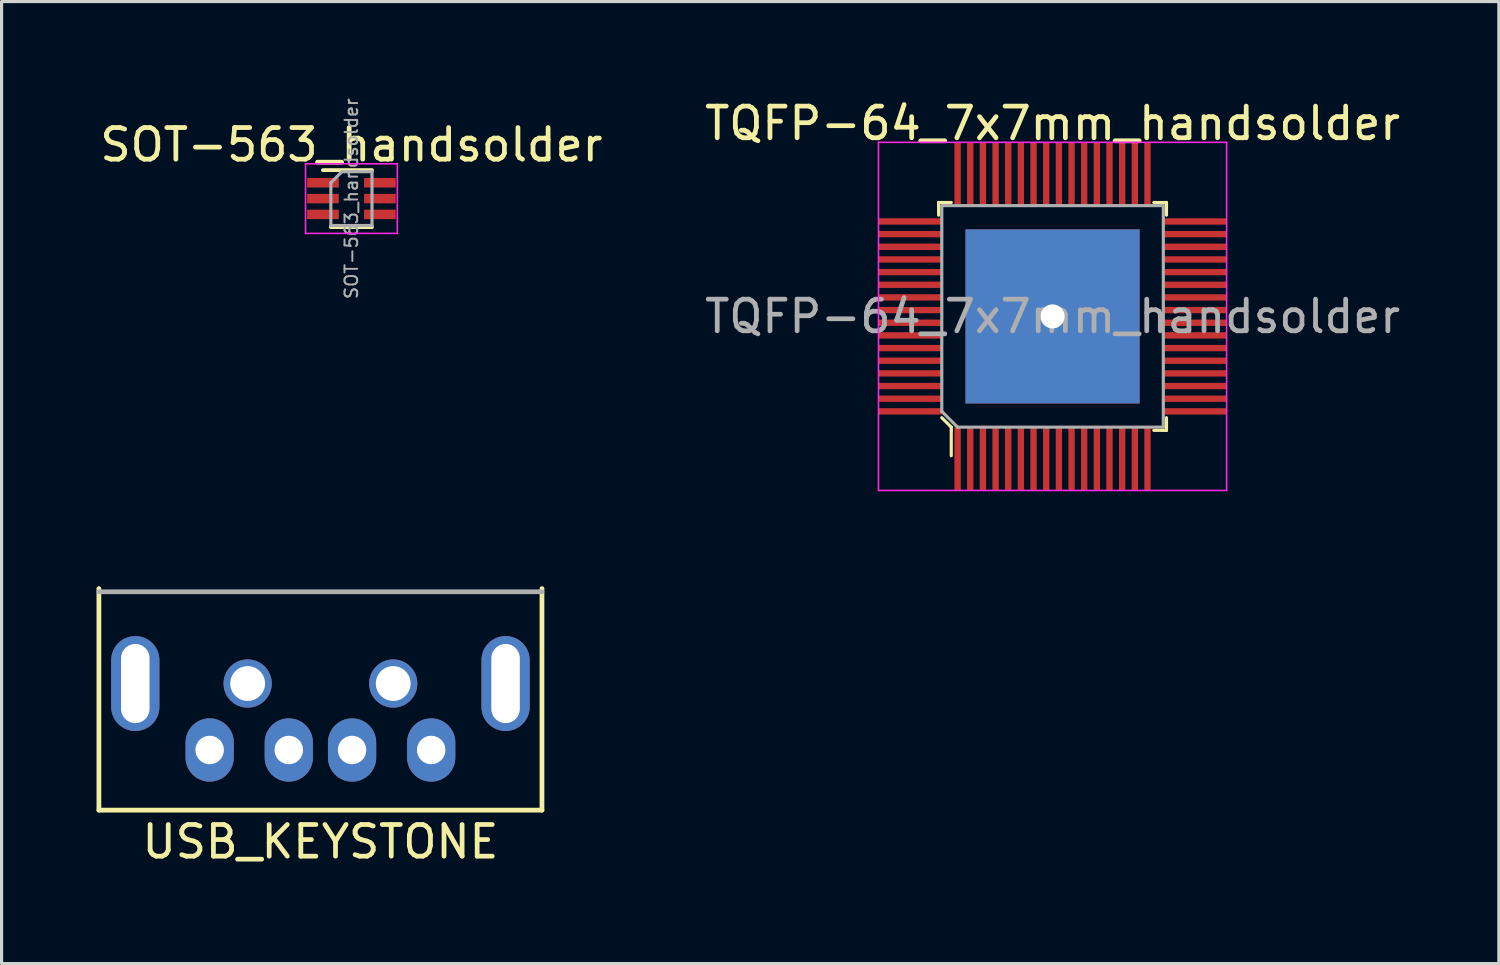
<source format=kicad_pcb>
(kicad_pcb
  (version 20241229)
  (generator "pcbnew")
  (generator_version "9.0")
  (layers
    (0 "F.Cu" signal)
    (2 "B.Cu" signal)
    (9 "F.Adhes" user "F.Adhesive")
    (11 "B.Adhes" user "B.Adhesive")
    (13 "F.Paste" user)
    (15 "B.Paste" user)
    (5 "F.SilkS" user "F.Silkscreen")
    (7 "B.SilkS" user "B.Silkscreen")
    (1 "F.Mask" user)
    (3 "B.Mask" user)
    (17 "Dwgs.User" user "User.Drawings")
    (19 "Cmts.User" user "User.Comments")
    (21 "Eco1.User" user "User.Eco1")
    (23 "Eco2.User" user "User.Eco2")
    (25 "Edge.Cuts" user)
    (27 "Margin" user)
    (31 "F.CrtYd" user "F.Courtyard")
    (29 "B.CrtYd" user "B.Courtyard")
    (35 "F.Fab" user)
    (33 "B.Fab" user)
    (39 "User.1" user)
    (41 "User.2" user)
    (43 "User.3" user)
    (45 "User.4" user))
  (footprint "USB_KEYSTONE"
    (layer "F.Cu")
    (at 7.075 17.548)
    (property "Reference" "USB_KEYSTONE" (at 0 6 0) (layer "F.SilkS") (effects (font (size 1 1) (thickness 0.15))))
    (attr through_hole)
    (fp_line (start -7 -2) (end -7 5) (stroke (width 0.15) (type solid)) (layer "F.SilkS"))
    (fp_line (start -7 5) (end 7 5) (stroke (width 0.15) (type solid)) (layer "F.SilkS"))
    (fp_line (start 7 5) (end 7 -2) (stroke (width 0.15) (type solid)) (layer "F.SilkS"))
    (fp_line (start -7 -1.9) (end 7 -1.9) (stroke (width 0.15) (type solid)) (layer "F.Fab"))
    (pad "1" thru_hole oval (at -3.5 3.1) (size 1.524 2) (drill 0.9) (layers "*.Cu" "*.Mask"))
    (pad "2" thru_hole oval (at -1 3.1) (size 1.524 2) (drill 0.9) (layers "*.Cu" "*.Mask"))
    (pad "3" thru_hole oval (at 1 3.1) (size 1.524 2) (drill 0.9) (layers "*.Cu" "*.Mask"))
    (pad "4" thru_hole oval (at 3.5 3.1) (size 1.524 2) (drill 0.9) (layers "*.Cu" "*.Mask"))
    (pad "5" thru_hole oval (at -5.85 1) (size 1.524 3) (drill oval 0.9 2.5) (layers "*.Cu" "*.Mask"))
    (pad "5" thru_hole circle (at -2.3 1) (size 1.524 1.524) (drill 1.1) (layers "*.Cu" "*.Mask"))
    (pad "5" thru_hole circle (at 2.3 1) (size 1.524 1.524) (drill 1.1) (layers "*.Cu" "*.Mask"))
    (pad "5" thru_hole oval (at 5.85 1) (size 1.524 3) (drill oval 0.9 2.5) (layers "*.Cu" "*.Mask")))
  (footprint "TQFP-64_7x7mm_handsolder"
    (layer "F.Cu")
    (at 30.208 6.948)
    (property "Reference" "TQFP-64_7x7mm_handsolder" (at 0 -6.1 0) (layer "F.SilkS") (effects (font (size 1 1) (thickness 0.15))))
    (attr through_hole)
    (fp_line (start -3.6 -3.6) (end -3.6 -3.2) (stroke (width 0.1) (type solid)) (layer "F.SilkS"))
    (fp_line (start -3.6 -3.6) (end -3.2 -3.6) (stroke (width 0.1) (type solid)) (layer "F.SilkS"))
    (fp_line (start -3.2 3.5) (end -3.5 3.2) (stroke (width 0.1) (type solid)) (layer "F.SilkS"))
    (fp_line (start -3.2 3.6) (end -3.2 3.5) (stroke (width 0.1) (type solid)) (layer "F.SilkS"))
    (fp_line (start -3.2 3.6) (end -3.2 4.4) (stroke (width 0.1) (type solid)) (layer "F.SilkS"))
    (fp_line (start 3.6 -3.6) (end 3.2 -3.6) (stroke (width 0.1) (type solid)) (layer "F.SilkS"))
    (fp_line (start 3.6 -3.6) (end 3.6 -3.2) (stroke (width 0.1) (type solid)) (layer "F.SilkS"))
    (fp_line (start 3.6 3.6) (end 3.2 3.6) (stroke (width 0.1) (type solid)) (layer "F.SilkS"))
    (fp_line (start 3.6 3.6) (end 3.6 3.2) (stroke (width 0.1) (type solid)) (layer "F.SilkS"))
    (fp_line (start -5.5 -5.5) (end -5.5 5.5) (stroke (width 0.05) (type solid)) (layer "F.CrtYd"))
    (fp_line (start 5.5 -5.5) (end -5.5 -5.5) (stroke (width 0.05) (type solid)) (layer "F.CrtYd"))
    (fp_line (start 5.5 -5.5) (end 5.5 5.5) (stroke (width 0.05) (type solid)) (layer "F.CrtYd"))
    (fp_line (start 5.5 5.5) (end -5.5 5.5) (stroke (width 0.05) (type solid)) (layer "F.CrtYd"))
    (fp_line (start -3.5 3) (end -3.5 -3.5) (stroke (width 0.1) (type solid)) (layer "F.Fab"))
    (fp_line (start -3.5 3) (end -3 3.5) (stroke (width 0.1) (type solid)) (layer "F.Fab"))
    (fp_line (start -3 3.5) (end 3.5 3.5) (stroke (width 0.1) (type solid)) (layer "F.Fab"))
    (fp_line (start 3.5 -3.5) (end -3.5 -3.5) (stroke (width 0.1) (type solid)) (layer "F.Fab"))
    (fp_line (start 3.5 3.5) (end 3.5 -3.5) (stroke (width 0.1) (type solid)) (layer "F.Fab"))
    (fp_text user "${REFERENCE}" (at 0 0 0) (layer "F.Fab") (effects (font (size 1 1) (thickness 0.15))))
    (pad "1" smd rect (at -3 4.5) (size 0.2 2) (layers "F.Cu" "F.Mask" "F.Paste"))
    (pad "2" smd rect (at -2.6 4.5) (size 0.2 2) (layers "F.Cu" "F.Mask" "F.Paste"))
    (pad "3" smd rect (at -2.2 4.5) (size 0.2 2) (layers "F.Cu" "F.Mask" "F.Paste"))
    (pad "4" smd rect (at -1.8 4.5) (size 0.2 2) (layers "F.Cu" "F.Mask" "F.Paste"))
    (pad "5" smd rect (at -1.4 4.5) (size 0.2 2) (layers "F.Cu" "F.Mask" "F.Paste"))
    (pad "6" smd rect (at -1 4.5) (size 0.2 2) (layers "F.Cu" "F.Mask" "F.Paste"))
    (pad "7" smd rect (at -0.6 4.5) (size 0.2 2) (layers "F.Cu" "F.Mask" "F.Paste"))
    (pad "8" smd rect (at -0.2 4.5) (size 0.2 2) (layers "F.Cu" "F.Mask" "F.Paste"))
    (pad "9" smd rect (at 0.2 4.5) (size 0.2 2) (layers "F.Cu" "F.Mask" "F.Paste"))
    (pad "10" smd rect (at 0.6 4.5) (size 0.2 2) (layers "F.Cu" "F.Mask" "F.Paste"))
    (pad "11" smd rect (at 1 4.5) (size 0.2 2) (layers "F.Cu" "F.Mask" "F.Paste"))
    (pad "12" smd rect (at 1.4 4.5) (size 0.2 2) (layers "F.Cu" "F.Mask" "F.Paste"))
    (pad "13" smd rect (at 1.8 4.5) (size 0.2 2) (layers "F.Cu" "F.Mask" "F.Paste"))
    (pad "14" smd rect (at 2.2 4.5) (size 0.2 2) (layers "F.Cu" "F.Mask" "F.Paste"))
    (pad "15" smd rect (at 2.6 4.5) (size 0.2 2) (layers "F.Cu" "F.Mask" "F.Paste"))
    (pad "16" smd rect (at 3 4.5) (size 0.2 2) (layers "F.Cu" "F.Mask" "F.Paste"))
    (pad "17" smd rect (at 4.5 3) (size 2 0.2) (layers "F.Cu" "F.Mask" "F.Paste"))
    (pad "18" smd rect (at 4.5 2.6) (size 2 0.2) (layers "F.Cu" "F.Mask" "F.Paste"))
    (pad "19" smd rect (at 4.5 2.2) (size 2 0.2) (layers "F.Cu" "F.Mask" "F.Paste"))
    (pad "20" smd rect (at 4.5 1.8) (size 2 0.2) (layers "F.Cu" "F.Mask" "F.Paste"))
    (pad "21" smd rect (at 4.5 1.4) (size 2 0.2) (layers "F.Cu" "F.Mask" "F.Paste"))
    (pad "22" smd rect (at 4.5 1) (size 2 0.2) (layers "F.Cu" "F.Mask" "F.Paste"))
    (pad "23" smd rect (at 4.5 0.6) (size 2 0.2) (layers "F.Cu" "F.Mask" "F.Paste"))
    (pad "24" smd rect (at 4.5 0.2) (size 2 0.2) (layers "F.Cu" "F.Mask" "F.Paste"))
    (pad "25" smd rect (at 4.5 -0.2) (size 2 0.2) (layers "F.Cu" "F.Mask" "F.Paste"))
    (pad "26" smd rect (at 4.5 -0.6) (size 2 0.2) (layers "F.Cu" "F.Mask" "F.Paste"))
    (pad "27" smd rect (at 4.5 -1) (size 2 0.2) (layers "F.Cu" "F.Mask" "F.Paste"))
    (pad "28" smd rect (at 4.5 -1.4) (size 2 0.2) (layers "F.Cu" "F.Mask" "F.Paste"))
    (pad "29" smd rect (at 4.5 -1.8) (size 2 0.2) (layers "F.Cu" "F.Mask" "F.Paste"))
    (pad "30" smd rect (at 4.5 -2.2) (size 2 0.2) (layers "F.Cu" "F.Mask" "F.Paste"))
    (pad "31" smd rect (at 4.5 -2.6) (size 2 0.2) (layers "F.Cu" "F.Mask" "F.Paste"))
    (pad "32" smd rect (at 4.5 -3) (size 2 0.2) (layers "F.Cu" "F.Mask" "F.Paste"))
    (pad "33" smd rect (at 3 -4.5) (size 0.2 2) (layers "F.Cu" "F.Mask" "F.Paste"))
    (pad "34" smd rect (at 2.6 -4.5) (size 0.2 2) (layers "F.Cu" "F.Mask" "F.Paste"))
    (pad "35" smd rect (at 2.2 -4.5) (size 0.2 2) (layers "F.Cu" "F.Mask" "F.Paste"))
    (pad "36" smd rect (at 1.8 -4.5) (size 0.2 2) (layers "F.Cu" "F.Mask" "F.Paste"))
    (pad "37" smd rect (at 1.4 -4.5) (size 0.2 2) (layers "F.Cu" "F.Mask" "F.Paste"))
    (pad "38" smd rect (at 1 -4.5) (size 0.2 2) (layers "F.Cu" "F.Mask" "F.Paste"))
    (pad "39" smd rect (at 0.6 -4.5) (size 0.2 2) (layers "F.Cu" "F.Mask" "F.Paste"))
    (pad "40" smd rect (at 0.2 -4.5) (size 0.2 2) (layers "F.Cu" "F.Mask" "F.Paste"))
    (pad "41" smd rect (at -0.2 -4.5) (size 0.2 2) (layers "F.Cu" "F.Mask" "F.Paste"))
    (pad "42" smd rect (at -0.6 -4.5) (size 0.2 2) (layers "F.Cu" "F.Mask" "F.Paste"))
    (pad "43" smd rect (at -1 -4.5) (size 0.2 2) (layers "F.Cu" "F.Mask" "F.Paste"))
    (pad "44" smd rect (at -1.4 -4.5) (size 0.2 2) (layers "F.Cu" "F.Mask" "F.Paste"))
    (pad "45" smd rect (at -1.8 -4.5) (size 0.2 2) (layers "F.Cu" "F.Mask" "F.Paste"))
    (pad "46" smd rect (at -2.2 -4.5) (size 0.2 2) (layers "F.Cu" "F.Mask" "F.Paste"))
    (pad "47" smd rect (at -2.6 -4.5) (size 0.2 2) (layers "F.Cu" "F.Mask" "F.Paste"))
    (pad "48" smd rect (at -3 -4.5) (size 0.2 2) (layers "F.Cu" "F.Mask" "F.Paste"))
    (pad "49" smd rect (at -4.5 -3) (size 2 0.2) (layers "F.Cu" "F.Mask" "F.Paste"))
    (pad "50" smd rect (at -4.5 -2.6) (size 2 0.2) (layers "F.Cu" "F.Mask" "F.Paste"))
    (pad "51" smd rect (at -4.5 -2.2) (size 2 0.2) (layers "F.Cu" "F.Mask" "F.Paste"))
    (pad "52" smd rect (at -4.5 -1.8) (size 2 0.2) (layers "F.Cu" "F.Mask" "F.Paste"))
    (pad "53" smd rect (at -4.5 -1.4) (size 2 0.2) (layers "F.Cu" "F.Mask" "F.Paste"))
    (pad "54" smd rect (at -4.5 -1) (size 2 0.2) (layers "F.Cu" "F.Mask" "F.Paste"))
    (pad "55" smd rect (at -4.5 -0.6) (size 2 0.2) (layers "F.Cu" "F.Mask" "F.Paste"))
    (pad "56" smd rect (at -4.5 -0.2) (size 2 0.2) (layers "F.Cu" "F.Mask" "F.Paste"))
    (pad "57" smd rect (at -4.5 0.2) (size 2 0.2) (layers "F.Cu" "F.Mask" "F.Paste"))
    (pad "58" smd rect (at -4.5 0.6) (size 2 0.2) (layers "F.Cu" "F.Mask" "F.Paste"))
    (pad "59" smd rect (at -4.5 1) (size 2 0.2) (layers "F.Cu" "F.Mask" "F.Paste"))
    (pad "60" smd rect (at -4.5 1.4) (size 2 0.2) (layers "F.Cu" "F.Mask" "F.Paste"))
    (pad "61" smd rect (at -4.5 1.8) (size 2 0.2) (layers "F.Cu" "F.Mask" "F.Paste"))
    (pad "62" smd rect (at -4.5 2.2) (size 2 0.2) (layers "F.Cu" "F.Mask" "F.Paste"))
    (pad "63" smd rect (at -4.5 2.6) (size 2 0.2) (layers "F.Cu" "F.Mask" "F.Paste"))
    (pad "64" smd rect (at -4.5 3) (size 2 0.2) (layers "F.Cu" "F.Mask" "F.Paste"))
    (pad "65" thru_hole rect (at 0 0) (size 5.5 5.5) (drill 0.762) (layers "*.Cu" "*.Mask")))
  (footprint "SOT-563_handsolder"
    (layer "F.Cu")
    (at 8.054 3.225)
    (property "Reference" "SOT-563_handsolder" (at 0 -1.7 0) (layer "F.SilkS") (effects (font (size 1 1) (thickness 0.15))))
    (attr smd)
    (fp_line (start -0.9 -0.9) (end 0.65 -0.9) (stroke (width 0.12) (type solid)) (layer "F.SilkS"))
    (fp_line (start 0.65 0.9) (end -0.65 0.9) (stroke (width 0.12) (type solid)) (layer "F.SilkS"))
    (fp_line (start -1.45 -1.1) (end -1.45 1.1) (stroke (width 0.05) (type solid)) (layer "F.CrtYd"))
    (fp_line (start -1.45 -1.1) (end 1.45 -1.1) (stroke (width 0.05) (type solid)) (layer "F.CrtYd"))
    (fp_line (start 1.45 1.1) (end -1.45 1.1) (stroke (width 0.05) (type solid)) (layer "F.CrtYd"))
    (fp_line (start 1.45 1.1) (end 1.45 -1.1) (stroke (width 0.05) (type solid)) (layer "F.CrtYd"))
    (fp_line (start -0.65 -0.5) (end -0.65 0.85) (stroke (width 0.1) (type solid)) (layer "F.Fab"))
    (fp_line (start -0.65 -0.5) (end -0.3 -0.85) (stroke (width 0.1) (type solid)) (layer "F.Fab"))
    (fp_line (start -0.65 0.85) (end 0.65 0.85) (stroke (width 0.1) (type solid)) (layer "F.Fab"))
    (fp_line (start 0.65 -0.85) (end -0.3 -0.85) (stroke (width 0.1) (type solid)) (layer "F.Fab"))
    (fp_line (start 0.65 0.85) (end 0.65 -0.85) (stroke (width 0.1) (type solid)) (layer "F.Fab"))
    (fp_text user "${REFERENCE}" (at 0 0 90) (layer "F.Fab") (effects (font (size 0.4 0.4) (thickness 0.062))))
    (pad "1" smd rect (at -0.9 -0.5) (size 1 0.3) (layers "F.Cu" "F.Mask" "F.Paste"))
    (pad "2" smd rect (at -0.9 0) (size 1 0.3) (layers "F.Cu" "F.Mask" "F.Paste"))
    (pad "3" smd rect (at -0.9 0.5) (size 1 0.3) (layers "F.Cu" "F.Mask" "F.Paste"))
    (pad "4" smd rect (at 0.9 0.5) (size 1 0.3) (layers "F.Cu" "F.Mask" "F.Paste"))
    (pad "5" smd rect (at 0.9 0) (size 1 0.3) (layers "F.Cu" "F.Mask" "F.Paste"))
    (pad "6" smd rect (at 0.9 -0.5) (size 1 0.3) (layers "F.Cu" "F.Mask" "F.Paste")))
  (gr_rect
    (start -3 -3)
    (end 44.31 27.396)
    (stroke (width 0.1) (type default))
    (fill no)
    (layer "Edge.Cuts")))
</source>
